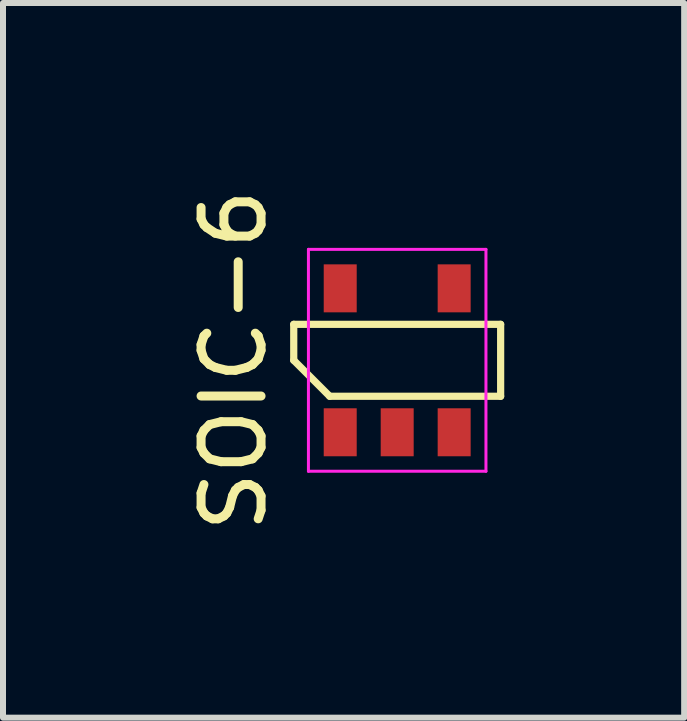
<source format=kicad_pcb>
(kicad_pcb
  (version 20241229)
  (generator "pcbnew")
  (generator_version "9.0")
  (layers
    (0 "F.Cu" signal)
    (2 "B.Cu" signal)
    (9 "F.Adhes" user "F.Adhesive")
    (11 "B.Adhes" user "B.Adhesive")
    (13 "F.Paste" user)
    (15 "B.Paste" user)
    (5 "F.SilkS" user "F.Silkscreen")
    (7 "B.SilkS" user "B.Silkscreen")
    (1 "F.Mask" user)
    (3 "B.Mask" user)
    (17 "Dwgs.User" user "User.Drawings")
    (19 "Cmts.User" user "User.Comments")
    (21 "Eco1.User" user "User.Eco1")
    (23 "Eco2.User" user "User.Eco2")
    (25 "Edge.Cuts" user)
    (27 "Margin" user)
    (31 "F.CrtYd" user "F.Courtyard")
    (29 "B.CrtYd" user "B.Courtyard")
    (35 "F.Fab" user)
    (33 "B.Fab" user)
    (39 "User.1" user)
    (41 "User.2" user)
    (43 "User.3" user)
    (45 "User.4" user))
  (footprint "SOIC-6"
    (layer "F.Cu")
    (at 3.573 2.958)
    (property "Reference" "SOIC-6" (at -2.725 0 90) (layer "F.SilkS") (effects (font (size 1 1) (thickness 0.15))))
    (attr smd)
    (fp_line (start -1.725 -0.6) (end 1.725 -0.6) (stroke (width 0.12) (type solid)) (layer "F.SilkS"))
    (fp_line (start -1.725 0) (end -1.725 -0.6) (stroke (width 0.12) (type solid)) (layer "F.SilkS"))
    (fp_line (start -1.125 0.6) (end -1.725 0) (stroke (width 0.12) (type solid)) (layer "F.SilkS"))
    (fp_line (start 1.725 -0.6) (end 1.725 0.6) (stroke (width 0.12) (type solid)) (layer "F.SilkS"))
    (fp_line (start 1.725 0.6) (end -1.125 0.6) (stroke (width 0.12) (type solid)) (layer "F.SilkS"))
    (fp_line (start -1.48 -1.85) (end 1.48 -1.85) (stroke (width 0.05) (type solid)) (layer "F.CrtYd"))
    (fp_line (start -1.48 1.85) (end -1.48 -1.85) (stroke (width 0.05) (type solid)) (layer "F.CrtYd"))
    (fp_line (start 1.48 -1.85) (end 1.48 1.85) (stroke (width 0.05) (type solid)) (layer "F.CrtYd"))
    (fp_line (start 1.48 1.85) (end -1.48 1.85) (stroke (width 0.05) (type solid)) (layer "F.CrtYd"))
    (pad "1" smd rect (at -0.95 1.2) (size 0.55 0.8) (layers "F.Cu" "F.Mask" "F.Paste"))
    (pad "2" smd rect (at 0 1.2) (size 0.55 0.8) (layers "F.Cu" "F.Mask" "F.Paste"))
    (pad "3" smd rect (at 0.95 1.2) (size 0.55 0.8) (layers "F.Cu" "F.Mask" "F.Paste"))
    (pad "4" smd rect (at 0.95 -1.2) (size 0.55 0.8) (layers "F.Cu" "F.Mask" "F.Paste"))
    (pad "5" smd rect (at -0.95 -1.2) (size 0.55 0.8) (layers "F.Cu" "F.Mask" "F.Paste")))
  (gr_rect
    (start -3 -3)
    (end 8.358 8.917)
    (stroke (width 0.1) (type default))
    (fill no)
    (layer "Edge.Cuts")))
</source>
